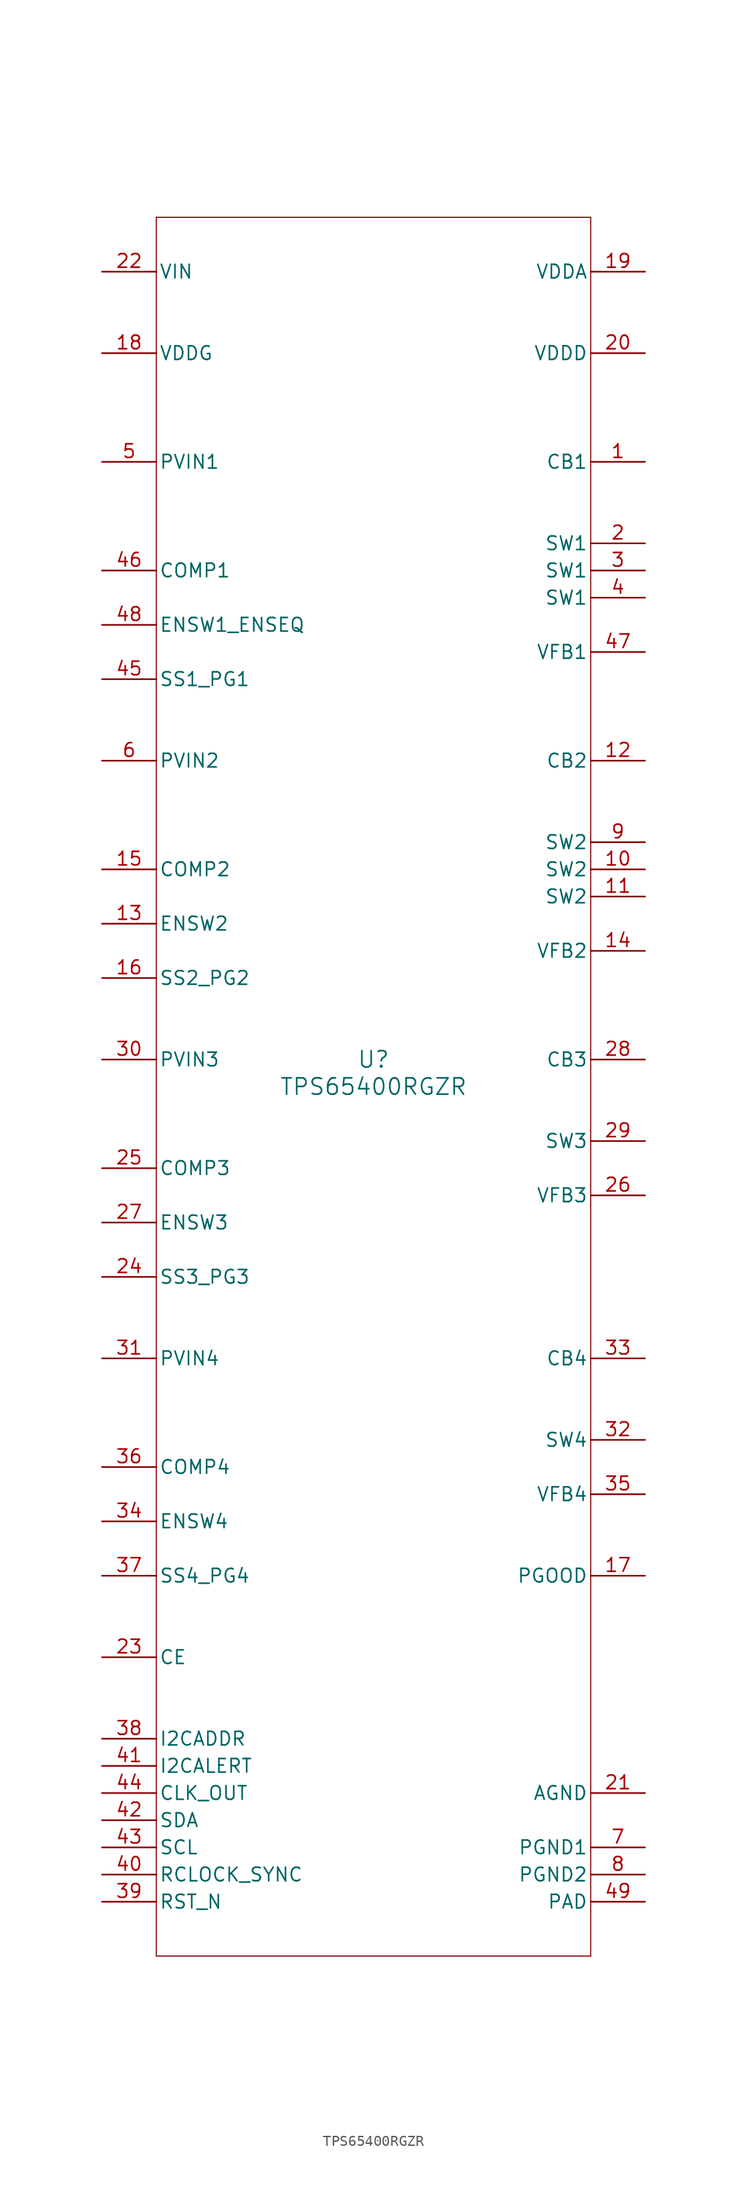
<source format=kicad_sym>
(kicad_symbol_lib
  (version 20211014)
  (generator kicad_symbol_editor)
  (symbol "TPS65400RGZR"
    (pin_names
      (offset 0.254))
    (property "Reference" "U"
      (at 0 2.54 0)
      (effects (font (size 1.524 1.524))))
    (property "Value" "TPS65400RGZR"
      (at 0 0 0)
      (effects (font (size 1.524 1.524))))
    (symbol "TPS65400RGZR_0_1"
      (polyline (pts (xy -20.32 -81.28) (xy 20.32 -81.28)) (stroke (width 0.102) (type default) (color 0 0 0 0)) (fill (type none)))
      (polyline (pts (xy 20.32 -81.28) (xy 20.32 81.28)) (stroke (width 0.102) (type default) (color 0 0 0 0)) (fill (type none)))
      (polyline (pts (xy 20.32 81.28) (xy -20.32 81.28)) (stroke (width 0.102) (type default) (color 0 0 0 0)) (fill (type none)))
      (polyline (pts (xy -20.32 81.28) (xy -20.32 -81.28)) (stroke (width 0.102) (type default) (color 0 0 0 0)) (fill (type none)))
      (pin power_in line (at 25.4 58.42 180) (length 5.08) (name "CB1" (effects (font (size 1.27 1.27)))) (number "1" (effects (font (size 1.27 1.27)))))
      (pin power_in line (at 25.4 50.8 180) (length 5.08) (name "SW1" (effects (font (size 1.27 1.27)))) (number "2" (effects (font (size 1.27 1.27)))))
      (pin power_in line (at 25.4 48.26 180) (length 5.08) (name "SW1" (effects (font (size 1.27 1.27)))) (number "3" (effects (font (size 1.27 1.27)))))
      (pin power_in line (at 25.4 45.72 180) (length 5.08) (name "SW1" (effects (font (size 1.27 1.27)))) (number "4" (effects (font (size 1.27 1.27)))))
      (pin power_in line (at -25.4 58.42 0) (length 5.08) (name "PVIN1" (effects (font (size 1.27 1.27)))) (number "5" (effects (font (size 1.27 1.27)))))
      (pin power_in line (at -25.4 30.48 0) (length 5.08) (name "PVIN2" (effects (font (size 1.27 1.27)))) (number "6" (effects (font (size 1.27 1.27)))))
      (pin power_in line (at 25.4 -71.12 180) (length 5.08) (name "PGND1" (effects (font (size 1.27 1.27)))) (number "7" (effects (font (size 1.27 1.27)))))
      (pin power_in line (at 25.4 -73.66 180) (length 5.08) (name "PGND2" (effects (font (size 1.27 1.27)))) (number "8" (effects (font (size 1.27 1.27)))))
      (pin power_in line (at 25.4 22.86 180) (length 5.08) (name "SW2" (effects (font (size 1.27 1.27)))) (number "9" (effects (font (size 1.27 1.27)))))
      (pin unspecified line (at 25.4 20.32 180) (length 5.08) (name "SW2" (effects (font (size 1.27 1.27)))) (number "10" (effects (font (size 1.27 1.27)))))
      (pin power_in line (at 25.4 17.78 180) (length 5.08) (name "SW2" (effects (font (size 1.27 1.27)))) (number "11" (effects (font (size 1.27 1.27)))))
      (pin power_in line (at 25.4 30.48 180) (length 5.08) (name "CB2" (effects (font (size 1.27 1.27)))) (number "12" (effects (font (size 1.27 1.27)))))
      (pin input line (at -25.4 15.24 0) (length 5.08) (name "ENSW2" (effects (font (size 1.27 1.27)))) (number "13" (effects (font (size 1.27 1.27)))))
      (pin input line (at 25.4 12.7 180) (length 5.08) (name "VFB2" (effects (font (size 1.27 1.27)))) (number "14" (effects (font (size 1.27 1.27)))))
      (pin output line (at -25.4 20.32 0) (length 5.08) (name "COMP2" (effects (font (size 1.27 1.27)))) (number "15" (effects (font (size 1.27 1.27)))))
      (pin bidirectional line (at -25.4 10.16 0) (length 5.08) (name "SS2_PG2" (effects (font (size 1.27 1.27)))) (number "16" (effects (font (size 1.27 1.27)))))
      (pin output line (at 25.4 -45.72 180) (length 5.08) (name "PGOOD" (effects (font (size 1.27 1.27)))) (number "17" (effects (font (size 1.27 1.27)))))
      (pin power_in line (at -25.4 68.58 0) (length 5.08) (name "VDDG" (effects (font (size 1.27 1.27)))) (number "18" (effects (font (size 1.27 1.27)))))
      (pin power_in line (at 25.4 76.2 180) (length 5.08) (name "VDDA" (effects (font (size 1.27 1.27)))) (number "19" (effects (font (size 1.27 1.27)))))
      (pin power_in line (at 25.4 68.58 180) (length 5.08) (name "VDDD" (effects (font (size 1.27 1.27)))) (number "20" (effects (font (size 1.27 1.27)))))
      (pin power_in line (at 25.4 -66.04 180) (length 5.08) (name "AGND" (effects (font (size 1.27 1.27)))) (number "21" (effects (font (size 1.27 1.27)))))
      (pin power_in line (at -25.4 76.2 0) (length 5.08) (name "VIN" (effects (font (size 1.27 1.27)))) (number "22" (effects (font (size 1.27 1.27)))))
      (pin input line (at -25.4 -53.34 0) (length 5.08) (name "CE" (effects (font (size 1.27 1.27)))) (number "23" (effects (font (size 1.27 1.27)))))
      (pin bidirectional line (at -25.4 -17.78 0) (length 5.08) (name "SS3_PG3" (effects (font (size 1.27 1.27)))) (number "24" (effects (font (size 1.27 1.27)))))
      (pin output line (at -25.4 -7.62 0) (length 5.08) (name "COMP3" (effects (font (size 1.27 1.27)))) (number "25" (effects (font (size 1.27 1.27)))))
      (pin input line (at 25.4 -10.16 180) (length 5.08) (name "VFB3" (effects (font (size 1.27 1.27)))) (number "26" (effects (font (size 1.27 1.27)))))
      (pin input line (at -25.4 -12.7 0) (length 5.08) (name "ENSW3" (effects (font (size 1.27 1.27)))) (number "27" (effects (font (size 1.27 1.27)))))
      (pin power_in line (at 25.4 2.54 180) (length 5.08) (name "CB3" (effects (font (size 1.27 1.27)))) (number "28" (effects (font (size 1.27 1.27)))))
      (pin power_in line (at 25.4 -5.08 180) (length 5.08) (name "SW3" (effects (font (size 1.27 1.27)))) (number "29" (effects (font (size 1.27 1.27)))))
      (pin power_in line (at -25.4 2.54 0) (length 5.08) (name "PVIN3" (effects (font (size 1.27 1.27)))) (number "30" (effects (font (size 1.27 1.27)))))
      (pin power_in line (at -25.4 -25.4 0) (length 5.08) (name "PVIN4" (effects (font (size 1.27 1.27)))) (number "31" (effects (font (size 1.27 1.27)))))
      (pin power_in line (at 25.4 -33.02 180) (length 5.08) (name "SW4" (effects (font (size 1.27 1.27)))) (number "32" (effects (font (size 1.27 1.27)))))
      (pin power_in line (at 25.4 -25.4 180) (length 5.08) (name "CB4" (effects (font (size 1.27 1.27)))) (number "33" (effects (font (size 1.27 1.27)))))
      (pin input line (at -25.4 -40.64 0) (length 5.08) (name "ENSW4" (effects (font (size 1.27 1.27)))) (number "34" (effects (font (size 1.27 1.27)))))
      (pin input line (at 25.4 -38.1 180) (length 5.08) (name "VFB4" (effects (font (size 1.27 1.27)))) (number "35" (effects (font (size 1.27 1.27)))))
      (pin output line (at -25.4 -35.56 0) (length 5.08) (name "COMP4" (effects (font (size 1.27 1.27)))) (number "36" (effects (font (size 1.27 1.27)))))
      (pin bidirectional line (at -25.4 -45.72 0) (length 5.08) (name "SS4_PG4" (effects (font (size 1.27 1.27)))) (number "37" (effects (font (size 1.27 1.27)))))
      (pin input line (at -25.4 -60.96 0) (length 5.08) (name "I2CADDR" (effects (font (size 1.27 1.27)))) (number "38" (effects (font (size 1.27 1.27)))))
      (pin input line (at -25.4 -76.2 0) (length 5.08) (name "RST_N" (effects (font (size 1.27 1.27)))) (number "39" (effects (font (size 1.27 1.27)))))
      (pin input line (at -25.4 -73.66 0) (length 5.08) (name "RCLOCK_SYNC" (effects (font (size 1.27 1.27)))) (number "40" (effects (font (size 1.27 1.27)))))
      (pin output line (at -25.4 -63.5 0) (length 5.08) (name "I2CALERT" (effects (font (size 1.27 1.27)))) (number "41" (effects (font (size 1.27 1.27)))))
      (pin bidirectional line (at -25.4 -68.58 0) (length 5.08) (name "SDA" (effects (font (size 1.27 1.27)))) (number "42" (effects (font (size 1.27 1.27)))))
      (pin input line (at -25.4 -71.12 0) (length 5.08) (name "SCL" (effects (font (size 1.27 1.27)))) (number "43" (effects (font (size 1.27 1.27)))))
      (pin output line (at -25.4 -66.04 0) (length 5.08) (name "CLK_OUT" (effects (font (size 1.27 1.27)))) (number "44" (effects (font (size 1.27 1.27)))))
      (pin bidirectional line (at -25.4 38.1 0) (length 5.08) (name "SS1_PG1" (effects (font (size 1.27 1.27)))) (number "45" (effects (font (size 1.27 1.27)))))
      (pin output line (at -25.4 48.26 0) (length 5.08) (name "COMP1" (effects (font (size 1.27 1.27)))) (number "46" (effects (font (size 1.27 1.27)))))
      (pin input line (at 25.4 40.64 180) (length 5.08) (name "VFB1" (effects (font (size 1.27 1.27)))) (number "47" (effects (font (size 1.27 1.27)))))
      (pin input line (at -25.4 43.18 0) (length 5.08) (name "ENSW1_ENSEQ" (effects (font (size 1.27 1.27)))) (number "48" (effects (font (size 1.27 1.27)))))
      (pin unspecified line (at 25.4 -76.2 180) (length 5.08) (name "PAD" (effects (font (size 1.27 1.27)))) (number "49" (effects (font (size 1.27 1.27))))))))
</source>
